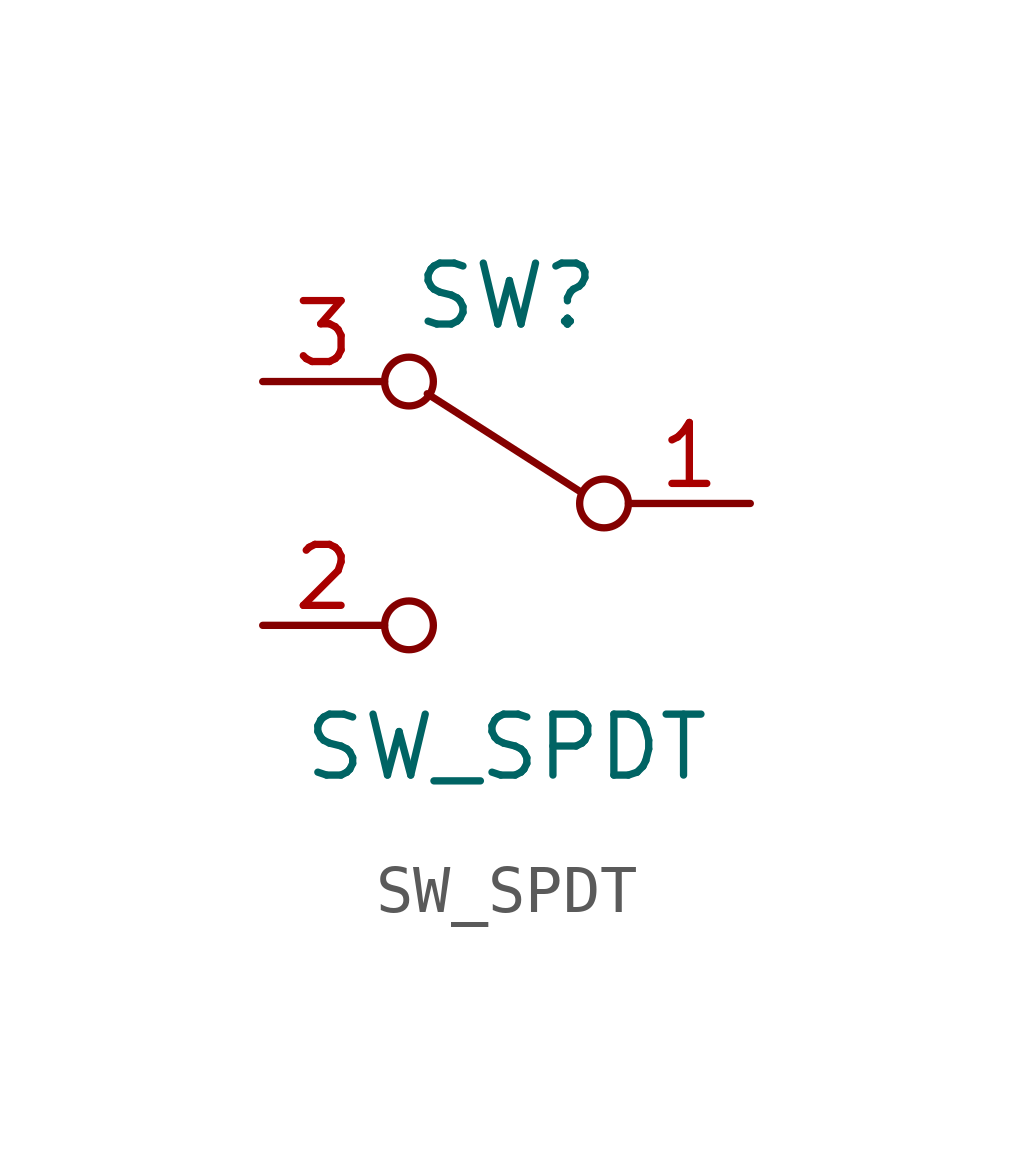
<source format=kicad_sym>
(kicad_symbol_lib
  (version 20220914)
  (generator kicad_symbol_editor)
  (symbol "SW_SPDT"
    (pin_names
      (offset 0) hide)
    (property "Reference" "SW"
      (at 0 4.318 0)
      (effects (font (size 1.27 1.27))))
    (property "Value" "SW_SPDT"
      (at 0 -5.08 0)
      (effects (font (size 1.27 1.27))))
    (symbol "SW_SPDT_0_0"
      (circle (center -2.032 -2.54) (radius 0.508) (stroke (width 0) (type default)) (fill (type none)))
      (circle (center 2.032 0) (radius 0.508) (stroke (width 0) (type default)) (fill (type none))))
    (symbol "SW_SPDT_0_1"
      (circle (center -2.032 2.54) (radius 0.508) (stroke (width 0) (type default)) (fill (type none)))
      (polyline (pts (xy 1.524 0.254) (xy -1.651 2.286)) (stroke (width 0) (type default)) (fill (type none))))
    (symbol "SW_SPDT_1_1"
      (pin passive line (at 5.08 0 180) (length 2.54) (name "B" (effects (font (size 1.27 1.27)))) (number "1" (effects (font (size 1.27 1.27)))))
      (pin passive line (at -5.08 -2.54 0) (length 2.54) (name "C" (effects (font (size 1.27 1.27)))) (number "2" (effects (font (size 1.27 1.27)))))
      (pin passive line (at -5.08 2.54 0) (length 2.54) (name "A" (effects (font (size 1.27 1.27)))) (number "3" (effects (font (size 1.27 1.27))))))))
</source>
